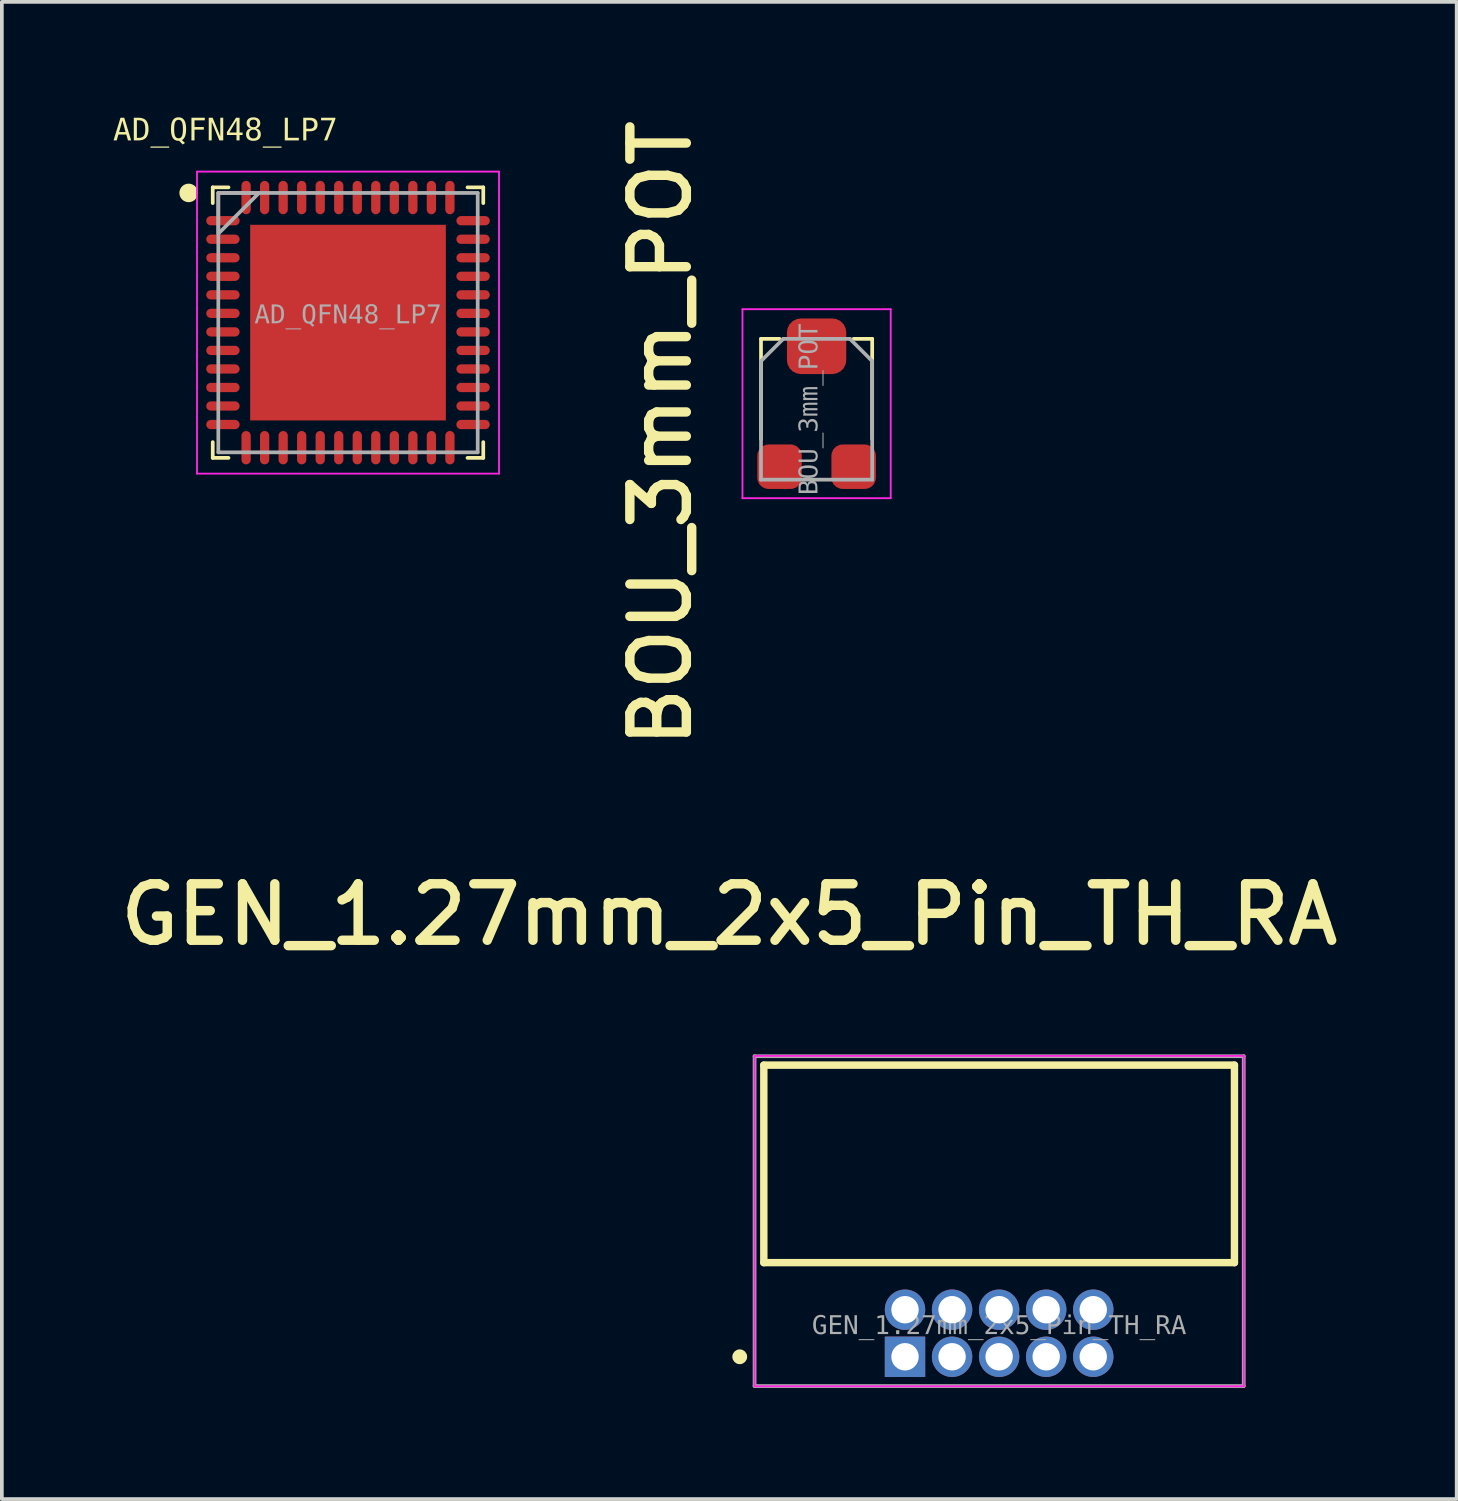
<source format=kicad_pcb>
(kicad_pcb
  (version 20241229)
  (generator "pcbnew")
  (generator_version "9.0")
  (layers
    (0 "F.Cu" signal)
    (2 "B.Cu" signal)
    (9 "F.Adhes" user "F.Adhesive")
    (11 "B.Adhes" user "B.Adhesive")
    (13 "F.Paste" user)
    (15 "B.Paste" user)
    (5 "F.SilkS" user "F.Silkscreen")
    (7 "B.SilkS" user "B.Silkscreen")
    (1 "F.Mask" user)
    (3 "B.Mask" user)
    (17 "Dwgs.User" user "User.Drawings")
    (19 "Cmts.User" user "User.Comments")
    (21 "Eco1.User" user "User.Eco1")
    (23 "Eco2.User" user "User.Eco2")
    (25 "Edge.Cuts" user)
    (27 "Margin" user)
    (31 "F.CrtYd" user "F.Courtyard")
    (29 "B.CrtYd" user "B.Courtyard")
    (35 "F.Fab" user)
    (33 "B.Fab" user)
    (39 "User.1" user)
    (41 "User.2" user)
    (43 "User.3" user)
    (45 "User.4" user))
  (footprint "AD_QFN48_LP7"
    (layer "F.Cu")
    (at 6.341 5.656)
    (property "Reference" "AD_QFN48_LP7" (at -3.31 -5.166 0) (unlocked yes) (layer "F.SilkS") (effects (font (face "Consolas") (size 0.6 0.6) (thickness 0.254))))
    (fp_line (start -3.65 -3.65) (end -3.225 -3.65) (stroke (width 0.1) (type solid)) (layer "F.SilkS"))
    (fp_line (start -3.65 -3.225) (end -3.65 -3.65) (stroke (width 0.1) (type solid)) (layer "F.SilkS"))
    (fp_line (start -3.65 3.65) (end -3.65 3.225) (stroke (width 0.1) (type solid)) (layer "F.SilkS"))
    (fp_line (start -3.65 3.65) (end -3.225 3.65) (stroke (width 0.1) (type solid)) (layer "F.SilkS"))
    (fp_line (start 3.225 -3.65) (end 3.65 -3.65) (stroke (width 0.1) (type solid)) (layer "F.SilkS"))
    (fp_line (start 3.225 3.65) (end 3.65 3.65) (stroke (width 0.1) (type solid)) (layer "F.SilkS"))
    (fp_line (start 3.65 -3.225) (end 3.65 -3.65) (stroke (width 0.1) (type solid)) (layer "F.SilkS"))
    (fp_line (start 3.65 3.65) (end 3.65 3.225) (stroke (width 0.1) (type solid)) (layer "F.SilkS"))
    (fp_circle (center -4.3 -3.5) (end -4.3 -3.625) (stroke (width 0.25) (type solid)) (fill no) (layer "F.SilkS"))
    (fp_rect (start -1.025 -2.575) (end -2.575 -1.025) (stroke (width 0) (type default)) (fill yes) (layer "F.Paste"))
    (fp_rect (start -1.025 -0.775) (end -2.575 0.775) (stroke (width 0) (type default)) (fill yes) (layer "F.Paste"))
    (fp_rect (start -1.025 1.025) (end -2.575 2.575) (stroke (width 0) (type default)) (fill yes) (layer "F.Paste"))
    (fp_rect (start 0.775 -2.575) (end -0.775 -1.025) (stroke (width 0) (type default)) (fill yes) (layer "F.Paste"))
    (fp_rect (start 0.775 -0.775) (end -0.775 0.775) (stroke (width 0) (type default)) (fill yes) (layer "F.Paste"))
    (fp_rect (start 0.775 1.025) (end -0.775 2.575) (stroke (width 0) (type default)) (fill yes) (layer "F.Paste"))
    (fp_rect (start 2.575 -2.575) (end 1.025 -1.025) (stroke (width 0) (type default)) (fill yes) (layer "F.Paste"))
    (fp_rect (start 2.575 -0.775) (end 1.025 0.775) (stroke (width 0) (type default)) (fill yes) (layer "F.Paste"))
    (fp_rect (start 2.575 1.025) (end 1.025 2.575) (stroke (width 0) (type default)) (fill yes) (layer "F.Paste"))
    (fp_line (start -4.075 -4.075) (end 4.075 -4.075) (stroke (width 0.05) (type solid)) (layer "F.CrtYd"))
    (fp_line (start -4.075 4.075) (end -4.075 -4.075) (stroke (width 0.05) (type solid)) (layer "F.CrtYd"))
    (fp_line (start -4.075 4.075) (end 4.075 4.075) (stroke (width 0.05) (type solid)) (layer "F.CrtYd"))
    (fp_line (start 4.075 4.075) (end 4.075 -4.075) (stroke (width 0.05) (type solid)) (layer "F.CrtYd"))
    (fp_line (start -3.5 -3.5) (end 3.5 -3.5) (stroke (width 0.1) (type solid)) (layer "F.Fab"))
    (fp_line (start -3.5 3.5) (end -3.5 -3.5) (stroke (width 0.1) (type solid)) (layer "F.Fab"))
    (fp_line (start -3.5 3.5) (end 3.5 3.5) (stroke (width 0.1) (type solid)) (layer "F.Fab"))
    (fp_line (start 3.5 3.5) (end 3.5 -3.5) (stroke (width 0.1) (type solid)) (layer "F.Fab"))
    (fp_poly (pts (xy -3.5 -2.4) (xy -2.4 -3.5) (xy -3.5 -3.5)) (stroke (width 0.1) (type default)) (fill no) (layer "F.Fab"))
    (fp_line (start -0.5 0) (end 0.5 0) (stroke (width 0.1) (type solid)) (layer "User.1"))
    (fp_line (start 0 0.5) (end 0 -0.5) (stroke (width 0.1) (type solid)) (layer "User.1"))
    (fp_text user "${REFERENCE}" (at 0.000005 -0.189 0) (unlocked yes) (layer "F.Fab") (effects (font (face "Consolas") (size 0.5 0.5) (thickness 0.254))))
    (pad "1" smd oval (at -3.375 -2.75 90) (size 0.25 0.9) (layers "F.Cu" "F.Mask" "F.Paste"))
    (pad "2" smd oval (at -3.375 -2.25 90) (size 0.25 0.9) (layers "F.Cu" "F.Mask" "F.Paste"))
    (pad "3" smd oval (at -3.375 -1.75 90) (size 0.25 0.9) (layers "F.Cu" "F.Mask" "F.Paste"))
    (pad "4" smd oval (at -3.375 -1.25 90) (size 0.25 0.9) (layers "F.Cu" "F.Mask" "F.Paste"))
    (pad "5" smd oval (at -3.375 -0.75 90) (size 0.25 0.9) (layers "F.Cu" "F.Mask" "F.Paste"))
    (pad "6" smd oval (at -3.375 -0.25 90) (size 0.25 0.9) (layers "F.Cu" "F.Mask" "F.Paste"))
    (pad "7" smd oval (at -3.375 0.25 90) (size 0.25 0.9) (layers "F.Cu" "F.Mask" "F.Paste"))
    (pad "8" smd oval (at -3.375 0.75 90) (size 0.25 0.9) (layers "F.Cu" "F.Mask" "F.Paste"))
    (pad "9" smd oval (at -3.375 1.25 90) (size 0.25 0.9) (layers "F.Cu" "F.Mask" "F.Paste"))
    (pad "10" smd oval (at -3.375 1.75 90) (size 0.25 0.9) (layers "F.Cu" "F.Mask" "F.Paste"))
    (pad "11" smd oval (at -3.375 2.25 90) (size 0.25 0.9) (layers "F.Cu" "F.Mask" "F.Paste"))
    (pad "12" smd oval (at -3.375 2.75 90) (size 0.25 0.9) (layers "F.Cu" "F.Mask" "F.Paste"))
    (pad "13" smd oval (at -2.75 3.375) (size 0.25 0.9) (layers "F.Cu" "F.Mask" "F.Paste"))
    (pad "14" smd oval (at -2.25 3.375) (size 0.25 0.9) (layers "F.Cu" "F.Mask" "F.Paste"))
    (pad "15" smd oval (at -1.75 3.375) (size 0.25 0.9) (layers "F.Cu" "F.Mask" "F.Paste"))
    (pad "16" smd oval (at -1.25 3.375) (size 0.25 0.9) (layers "F.Cu" "F.Mask" "F.Paste"))
    (pad "17" smd oval (at -0.75 3.375) (size 0.25 0.9) (layers "F.Cu" "F.Mask" "F.Paste"))
    (pad "18" smd oval (at -0.25 3.375) (size 0.25 0.9) (layers "F.Cu" "F.Mask" "F.Paste"))
    (pad "19" smd oval (at 0.25 3.375) (size 0.25 0.9) (layers "F.Cu" "F.Mask" "F.Paste"))
    (pad "20" smd oval (at 0.75 3.375) (size 0.25 0.9) (layers "F.Cu" "F.Mask" "F.Paste"))
    (pad "21" smd oval (at 1.25 3.375) (size 0.25 0.9) (layers "F.Cu" "F.Mask" "F.Paste"))
    (pad "22" smd oval (at 1.75 3.375) (size 0.25 0.9) (layers "F.Cu" "F.Mask" "F.Paste"))
    (pad "23" smd oval (at 2.25 3.375) (size 0.25 0.9) (layers "F.Cu" "F.Mask" "F.Paste"))
    (pad "24" smd oval (at 2.75 3.375) (size 0.25 0.9) (layers "F.Cu" "F.Mask" "F.Paste"))
    (pad "25" smd oval (at 3.375 2.75 90) (size 0.25 0.9) (layers "F.Cu" "F.Mask" "F.Paste"))
    (pad "26" smd oval (at 3.375 2.25 90) (size 0.25 0.9) (layers "F.Cu" "F.Mask" "F.Paste"))
    (pad "27" smd oval (at 3.375 1.75 90) (size 0.25 0.9) (layers "F.Cu" "F.Mask" "F.Paste"))
    (pad "28" smd oval (at 3.375 1.25 90) (size 0.25 0.9) (layers "F.Cu" "F.Mask" "F.Paste"))
    (pad "29" smd oval (at 3.375 0.75 90) (size 0.25 0.9) (layers "F.Cu" "F.Mask" "F.Paste"))
    (pad "30" smd oval (at 3.375 0.25 90) (size 0.25 0.9) (layers "F.Cu" "F.Mask" "F.Paste"))
    (pad "31" smd oval (at 3.375 -0.25 90) (size 0.25 0.9) (layers "F.Cu" "F.Mask" "F.Paste"))
    (pad "32" smd oval (at 3.375 -0.75 90) (size 0.25 0.9) (layers "F.Cu" "F.Mask" "F.Paste"))
    (pad "33" smd oval (at 3.375 -1.25 90) (size 0.25 0.9) (layers "F.Cu" "F.Mask" "F.Paste"))
    (pad "34" smd oval (at 3.375 -1.75 90) (size 0.25 0.9) (layers "F.Cu" "F.Mask" "F.Paste"))
    (pad "35" smd oval (at 3.375 -2.25 90) (size 0.25 0.9) (layers "F.Cu" "F.Mask" "F.Paste"))
    (pad "36" smd oval (at 3.375 -2.75 90) (size 0.25 0.9) (layers "F.Cu" "F.Mask" "F.Paste"))
    (pad "37" smd oval (at 2.75 -3.375) (size 0.25 0.9) (layers "F.Cu" "F.Mask" "F.Paste"))
    (pad "38" smd oval (at 2.25 -3.375) (size 0.25 0.9) (layers "F.Cu" "F.Mask" "F.Paste"))
    (pad "39" smd oval (at 1.75 -3.375) (size 0.25 0.9) (layers "F.Cu" "F.Mask" "F.Paste"))
    (pad "40" smd oval (at 1.25 -3.375) (size 0.25 0.9) (layers "F.Cu" "F.Mask" "F.Paste"))
    (pad "41" smd oval (at 0.75 -3.375) (size 0.25 0.9) (layers "F.Cu" "F.Mask" "F.Paste"))
    (pad "42" smd oval (at 0.25 -3.375) (size 0.25 0.9) (layers "F.Cu" "F.Mask" "F.Paste"))
    (pad "43" smd oval (at -0.25 -3.375) (size 0.25 0.9) (layers "F.Cu" "F.Mask" "F.Paste"))
    (pad "44" smd oval (at -0.75 -3.375) (size 0.25 0.9) (layers "F.Cu" "F.Mask" "F.Paste"))
    (pad "45" smd oval (at -1.25 -3.375) (size 0.25 0.9) (layers "F.Cu" "F.Mask" "F.Paste"))
    (pad "46" smd oval (at -1.75 -3.375) (size 0.25 0.9) (layers "F.Cu" "F.Mask" "F.Paste"))
    (pad "47" smd oval (at -2.25 -3.375) (size 0.25 0.9) (layers "F.Cu" "F.Mask" "F.Paste"))
    (pad "48" smd oval (at -2.75 -3.375) (size 0.25 0.9) (layers "F.Cu" "F.Mask" "F.Paste"))
    (pad "49" smd rect (at 0 0) (size 5.28 5.28) (layers "F.Cu" "F.Mask" "F.Paste")))
  (footprint "BOU_3mm_POT"
    (layer "F.Cu")
    (at 18.986 7.994)
    (property "Reference" "BOU_3mm_POT" (at -4.207 0.653 90) (unlocked yes) (layer "F.SilkS") (effects (font (size 1.524 1.524) (thickness 0.254))))
    (fp_line (start -1.5 -1.9) (end -1.5 0.8) (stroke (width 0.1) (type solid)) (layer "F.SilkS"))
    (fp_line (start -1 -1.9) (end -1.5 -1.9) (stroke (width 0.1) (type solid)) (layer "F.SilkS"))
    (fp_line (start 1.5 -1.9) (end 1 -1.9) (stroke (width 0.1) (type solid)) (layer "F.SilkS"))
    (fp_line (start 1.5 -1.9) (end 1.5 0.8) (stroke (width 0.1) (type solid)) (layer "F.SilkS"))
    (fp_line (start -2 -2.7) (end -2 2.4) (stroke (width 0.05) (type solid)) (layer "F.CrtYd"))
    (fp_line (start 2 -2.7) (end -2 -2.7) (stroke (width 0.05) (type solid)) (layer "F.CrtYd"))
    (fp_line (start 2 -2.7) (end 2 2.4) (stroke (width 0.05) (type solid)) (layer "F.CrtYd"))
    (fp_line (start 2 2.4) (end -2 2.4) (stroke (width 0.05) (type solid)) (layer "F.CrtYd"))
    (fp_line (start -1.5 -1.3) (end -1.5 1.9) (stroke (width 0.1) (type solid)) (layer "F.Fab"))
    (fp_line (start -0.9 -1.9) (end -1.5 -1.3) (stroke (width 0.1) (type solid)) (layer "F.Fab"))
    (fp_line (start 0.9 -1.9) (end -0.9 -1.9) (stroke (width 0.1) (type solid)) (layer "F.Fab"))
    (fp_line (start 0.9 -1.9) (end 1.5 -1.3) (stroke (width 0.1) (type solid)) (layer "F.Fab"))
    (fp_line (start 1.5 -1.3) (end 1.5 1.9) (stroke (width 0.1) (type solid)) (layer "F.Fab"))
    (fp_line (start 1.5 1.9) (end -1.5 1.9) (stroke (width 0.1) (type solid)) (layer "F.Fab"))
    (fp_line (start 0 -0.3) (end 0 0.3) (stroke (width 0.1) (type solid)) (layer "User.2"))
    (fp_line (start 0.3 0) (end -0.3 0) (stroke (width 0.1) (type solid)) (layer "User.2"))
    (fp_text user "${REFERENCE}" (at -0.185 -0.00001 90) (unlocked yes) (layer "F.Fab") (effects (font (face "Consolas") (size 0.5 0.5) (thickness 0.254))))
    (pad "1" smd roundrect (at -1 1.55) (size 1.2 1.2) (layers "F.Cu" "F.Mask" "F.Paste") (roundrect_rratio 0.25))
    (pad "2" smd roundrect (at 0 -1.7) (size 1.6 1.5) (layers "F.Cu" "F.Mask" "F.Paste") (roundrect_rratio 0.25))
    (pad "3" smd roundrect (at 1 1.55) (size 1.2 1.2) (layers "F.Cu" "F.Mask" "F.Paste") (roundrect_rratio 0.25)))
  (footprint "GEN_1.27mm_2x5_Pin_TH_RA"
    (layer "F.Cu")
    (at 23.912 32.928)
    (property "Reference" "GEN_1.27mm_2x5_Pin_TH_RA" (at -7.282 -11.297 0) (unlocked yes) (layer "F.SilkS") (effects (font (size 1.524 1.524) (thickness 0.254))))
    (fp_line (start -6.35 -7.235) (end 6.35 -7.235) (stroke (width 0.2) (type solid)) (layer "F.SilkS"))
    (fp_line (start -6.35 -1.905) (end -6.35 -7.235) (stroke (width 0.2) (type solid)) (layer "F.SilkS"))
    (fp_line (start -6.35 -1.905) (end 6.35 -1.905) (stroke (width 0.2) (type solid)) (layer "F.SilkS"))
    (fp_line (start 6.35 -1.905) (end 6.35 -7.235) (stroke (width 0.2) (type solid)) (layer "F.SilkS"))
    (fp_circle (center -7 0.635) (end -7 0.535) (stroke (width 0.2) (type solid)) (fill no) (layer "F.SilkS"))
    (fp_line (start -6.6 -7.485) (end 6.6 -7.485) (stroke (width 0.05) (type solid)) (layer "F.CrtYd"))
    (fp_line (start -6.6 1.43) (end -6.6 -7.485) (stroke (width 0.05) (type solid)) (layer "F.CrtYd"))
    (fp_line (start -6.6 1.43) (end 6.6 1.43) (stroke (width 0.05) (type solid)) (layer "F.CrtYd"))
    (fp_line (start 6.6 1.43) (end 6.6 -7.485) (stroke (width 0.05) (type solid)) (layer "F.CrtYd"))
    (fp_line (start -6.6 -7.475) (end 6.6 -7.475) (stroke (width 0.1) (type solid)) (layer "F.Fab"))
    (fp_line (start -6.6 1.425) (end -6.6 -7.475) (stroke (width 0.1) (type solid)) (layer "F.Fab"))
    (fp_line (start -6.6 1.425) (end 6.6 1.425) (stroke (width 0.1) (type solid)) (layer "F.Fab"))
    (fp_line (start 6.6 1.425) (end 6.6 -7.475) (stroke (width 0.1) (type solid)) (layer "F.Fab"))
    (fp_line (start -0.5 0) (end 0.5 0) (stroke (width 0.1) (type solid)) (layer "User.1"))
    (fp_line (start 0 0.5) (end 0 -0.5) (stroke (width 0.1) (type solid)) (layer "User.1"))
    (fp_line (start -6.35 -7.235) (end 6.35 -7.235) (stroke (width 0.1) (type solid)) (layer "User.3"))
    (fp_line (start -6.35 -7.235) (end 6.35 -7.235) (stroke (width 0.1) (type solid)) (layer "User.3"))
    (fp_line (start -6.35 -1.905) (end -6.35 -7.235) (stroke (width 0.1) (type solid)) (layer "User.3"))
    (fp_line (start -6.35 -1.905) (end -6.35 -7.235) (stroke (width 0.1) (type solid)) (layer "User.3"))
    (fp_line (start -6.35 -1.905) (end 6.35 -1.905) (stroke (width 0.1) (type solid)) (layer "User.3"))
    (fp_line (start 6.35 -1.905) (end 6.35 -7.235) (stroke (width 0.1) (type solid)) (layer "User.3"))
    (fp_line (start 6.35 -1.905) (end 6.35 -7.235) (stroke (width 0.1) (type solid)) (layer "User.3"))
    (fp_circle (center -7 0.635) (end -7 0.535) (stroke (width 0.2) (type solid)) (fill no) (layer "User.3"))
    (fp_text user "${REFERENCE}" (at 0.00001 -0.185 0) (unlocked yes) (layer "F.Fab") (effects (font (face "Consolas") (size 0.5 0.5) (thickness 0.254))))
    (pad "1" thru_hole rect (at -2.54 0.635) (size 1.09 1.09) (drill 0.74) (layers "*.Cu" "*.Mask"))
    (pad "2" thru_hole circle (at -2.54 -0.635) (size 1.09 1.09) (drill 0.74) (layers "*.Cu" "*.Mask"))
    (pad "3" thru_hole circle (at -1.27 0.635) (size 1.09 1.09) (drill 0.74) (layers "*.Cu" "*.Mask"))
    (pad "4" thru_hole circle (at -1.27 -0.635) (size 1.09 1.09) (drill 0.74) (layers "*.Cu" "*.Mask"))
    (pad "5" thru_hole circle (at 0 0.635) (size 1.09 1.09) (drill 0.74) (layers "*.Cu" "*.Mask"))
    (pad "6" thru_hole circle (at 0 -0.635) (size 1.09 1.09) (drill 0.74) (layers "*.Cu" "*.Mask"))
    (pad "7" thru_hole circle (at 1.27 0.635) (size 1.09 1.09) (drill 0.74) (layers "*.Cu" "*.Mask"))
    (pad "8" thru_hole circle (at 1.27 -0.635) (size 1.09 1.09) (drill 0.74) (layers "*.Cu" "*.Mask"))
    (pad "9" thru_hole circle (at 2.54 0.635) (size 1.09 1.09) (drill 0.74) (layers "*.Cu" "*.Mask"))
    (pad "10" thru_hole circle (at 2.54 -0.635) (size 1.09 1.09) (drill 0.74) (layers "*.Cu" "*.Mask")))
  (gr_rect
    (start -3 -3)
    (end 36.259 37.403)
    (stroke (width 0.1) (type default))
    (fill no)
    (layer "Edge.Cuts")))
</source>
